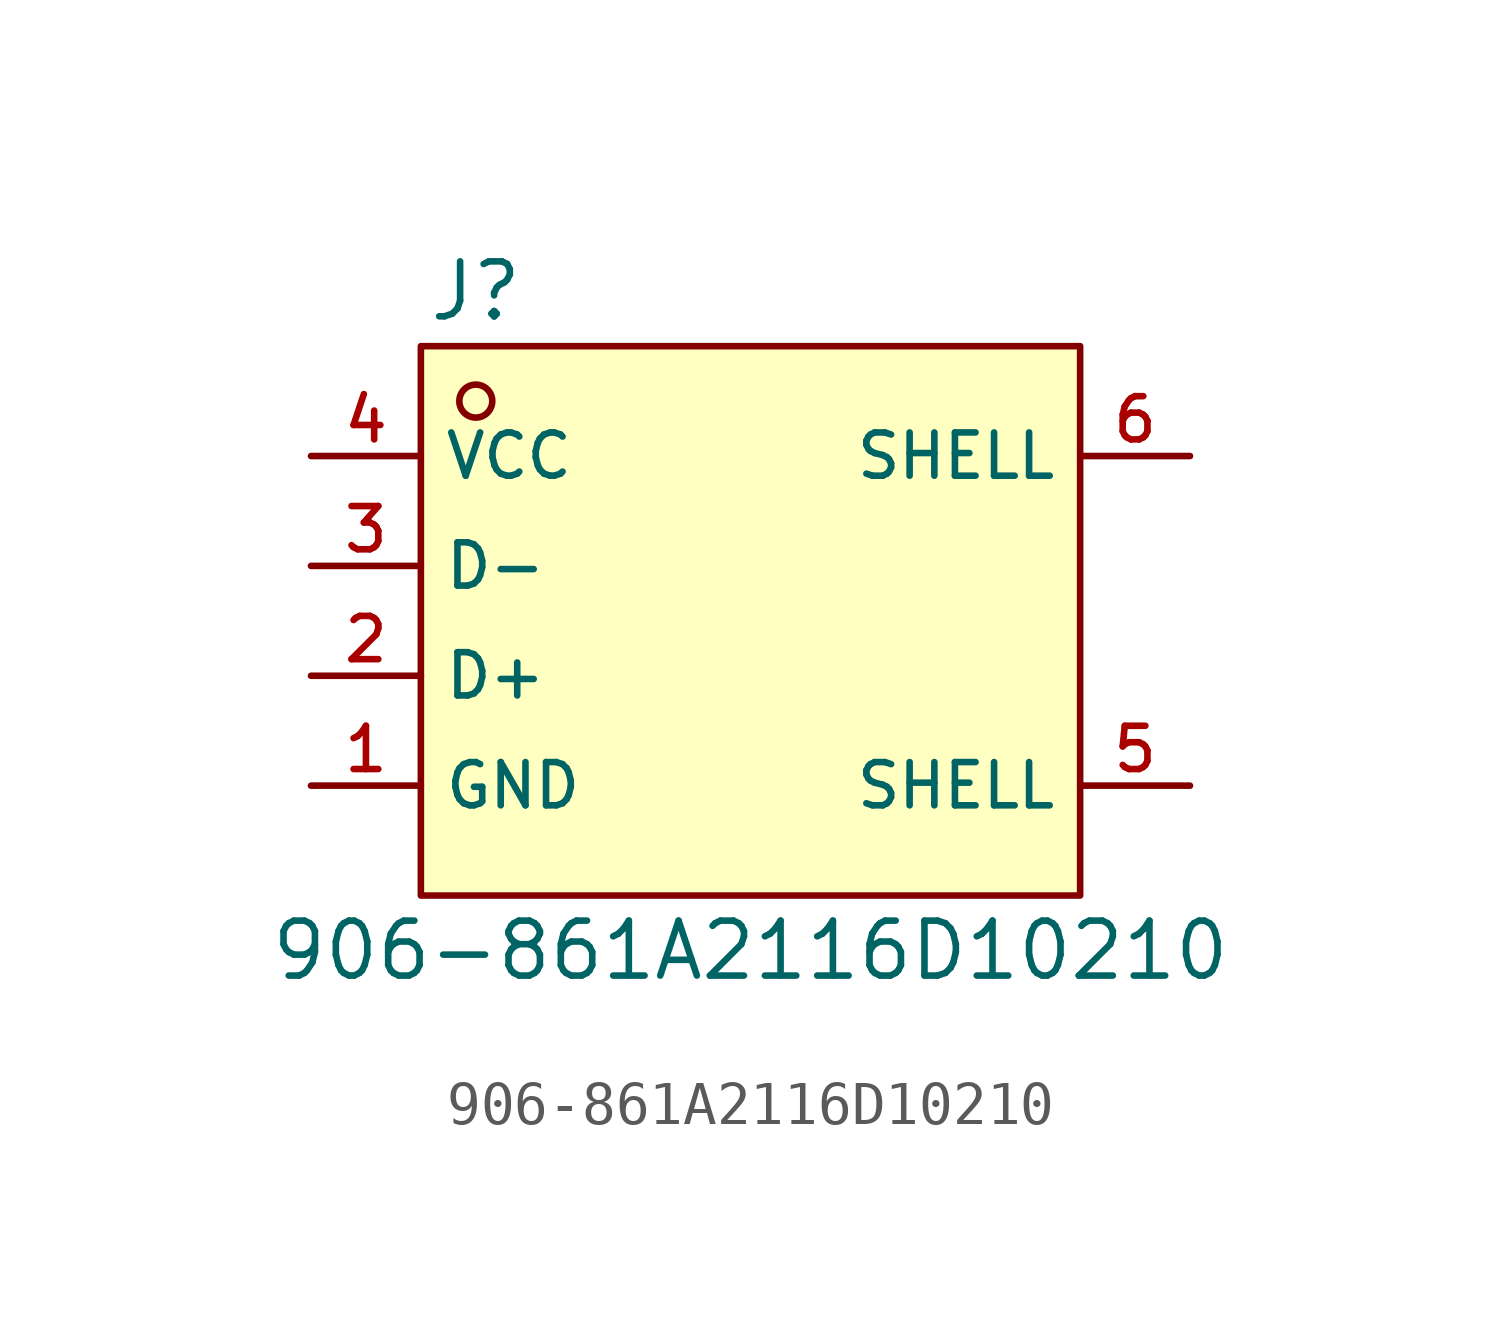
<source format=kicad_sym>
(kicad_symbol_lib
  (version 20220914)
  (generator kicad_symbol_editor)
  (symbol "906-861A2116D10210"
    (property "Reference" "J"
      (at -6.35 6.35 0)
      (effects (font (size 1.27 1.27))))
    (property "Value" "906-861A2116D10210"
      (at 0 -8.89 0)
      (effects (font (size 1.27 1.27))))
    (symbol "906-861A2116D10210_0_1"
      (rectangle (start -7.62 5.08) (end 7.62 -7.62) (stroke (width 0) (type default)) (fill (type background)))
      (circle (center -6.35 3.81) (radius 0.381) (stroke (width 0) (type default)) (fill (type background)))
      (pin unspecified line (at -10.16 -5.08 0) (length 2.54) (name "GND" (effects (font (size 1 1)))) (number "1" (effects (font (size 1 1)))))
      (pin unspecified line (at -10.16 -2.54 0) (length 2.54) (name "D+" (effects (font (size 1 1)))) (number "2" (effects (font (size 1 1)))))
      (pin unspecified line (at -10.16 0 0) (length 2.54) (name "D-" (effects (font (size 1 1)))) (number "3" (effects (font (size 1 1)))))
      (pin unspecified line (at -10.16 2.54 0) (length 2.54) (name "VCC" (effects (font (size 1 1)))) (number "4" (effects (font (size 1 1)))))
      (pin unspecified line (at 10.16 -5.08 180) (length 2.54) (name "SHELL" (effects (font (size 1 1)))) (number "5" (effects (font (size 1 1)))))
      (pin unspecified line (at 10.16 2.54 180) (length 2.54) (name "SHELL" (effects (font (size 1 1)))) (number "6" (effects (font (size 1 1))))))))
</source>
